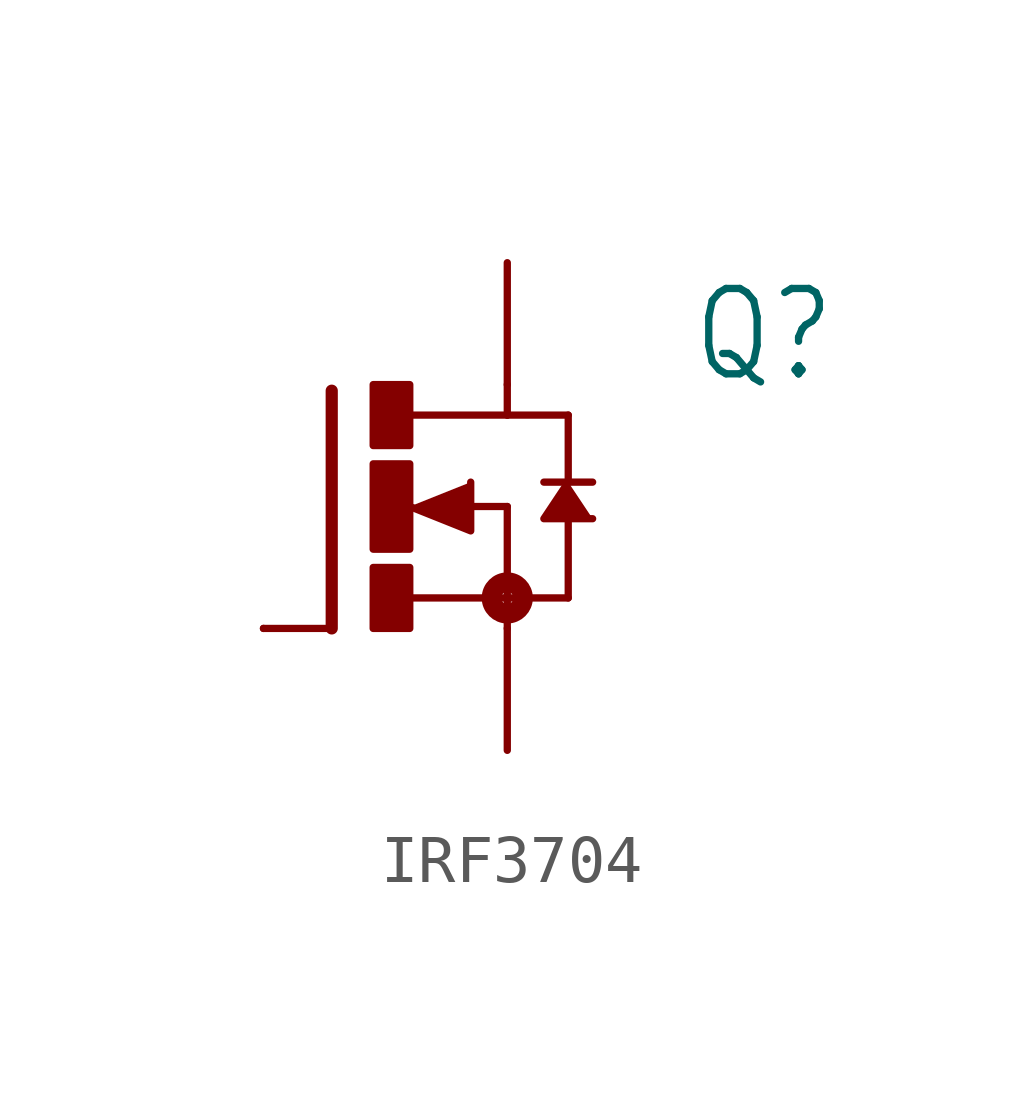
<source format=kicad_sym>
(kicad_symbol_lib
  (version 20220914)
  (generator kicad_symbol_editor)
  (symbol "IRF3704"
    (property "Reference" "Q"
      (at 6.35 2.54 0)
      (effects (font (size 1.778 1.511)) (justify left bottom)))
    (property "Value" ""
      (at 6.35 0 0)
      (effects (font (size 1.778 1.511)) (justify left bottom)))
    (property "ki_locked" ""
      (at 0 0 0)
      (effects (font (size 1.27 1.27))))
    (symbol "IRF3704_1_0"
      (rectangle (start -0.254 -2.54) (end 0.508 -1.27) (stroke (width 0) (type default)) (fill (type outline)))
      (rectangle (start -0.254 -0.889) (end 0.508 0.889) (stroke (width 0) (type default)) (fill (type outline)))
      (rectangle (start -0.254 1.27) (end 0.508 2.54) (stroke (width 0) (type default)) (fill (type outline)))
      (polyline (pts (xy -1.118 -2.54) (xy -2.54 -2.54)) (stroke (width 0.152) (type solid)) (fill (type none)))
      (polyline (pts (xy -1.118 2.413) (xy -1.118 -2.54)) (stroke (width 0.254) (type solid)) (fill (type none)))
      (polyline (pts (xy 0.508 -1.905) (xy 2.54 -1.905)) (stroke (width 0.152) (type solid)) (fill (type none)))
      (polyline (pts (xy 1.651 0) (xy 2.54 0)) (stroke (width 0.152) (type solid)) (fill (type none)))
      (polyline (pts (xy 2.54 -1.905) (xy 2.54 -2.54)) (stroke (width 0.152) (type solid)) (fill (type none)))
      (polyline (pts (xy 2.54 0) (xy 2.54 -1.905)) (stroke (width 0.152) (type solid)) (fill (type none)))
      (polyline (pts (xy 2.54 1.905) (xy 0.533 1.905)) (stroke (width 0.152) (type solid)) (fill (type none)))
      (polyline (pts (xy 2.54 2.54) (xy 2.54 1.905)) (stroke (width 0.152) (type solid)) (fill (type none)))
      (polyline (pts (xy 3.302 0.508) (xy 3.81 0.508)) (stroke (width 0.152) (type solid)) (fill (type none)))
      (polyline (pts (xy 3.81 -1.905) (xy 2.54 -1.905)) (stroke (width 0.152) (type solid)) (fill (type none)))
      (polyline (pts (xy 3.81 -1.905) (xy 3.81 -0.127)) (stroke (width 0.152) (type solid)) (fill (type none)))
      (polyline (pts (xy 3.81 0.508) (xy 3.81 1.905)) (stroke (width 0.152) (type solid)) (fill (type none)))
      (polyline (pts (xy 3.81 0.508) (xy 4.318 0.508)) (stroke (width 0.152) (type solid)) (fill (type none)))
      (polyline (pts (xy 3.81 1.905) (xy 2.54 1.905)) (stroke (width 0.152) (type solid)) (fill (type none)))
      (polyline (pts (xy 0.508 0) (xy 1.778 -0.508) (xy 1.778 0.508)) (stroke (width 0.152) (type solid)) (fill (type outline)))
      (polyline (pts (xy 3.81 0.508) (xy 3.302 -0.254) (xy 4.318 -0.254)) (stroke (width 0.152) (type solid)) (fill (type outline)))
      (circle (center 2.54 -1.905) (radius 0.127) (stroke (width 0.406) (type solid)) (fill (type none)))
      (pin passive line (at -2.54 -2.54 0) (length 0) (name "G" (effects (font (size 0 0)))) (number "B" (effects (font (size 0 0)))))
      (pin passive line (at 2.54 5.08 270) (length 2.54) (name "D" (effects (font (size 0 0)))) (number "C" (effects (font (size 0 0)))))
      (pin passive line (at 2.54 -5.08 90) (length 2.54) (name "S" (effects (font (size 0 0)))) (number "E" (effects (font (size 0 0))))))))
</source>
